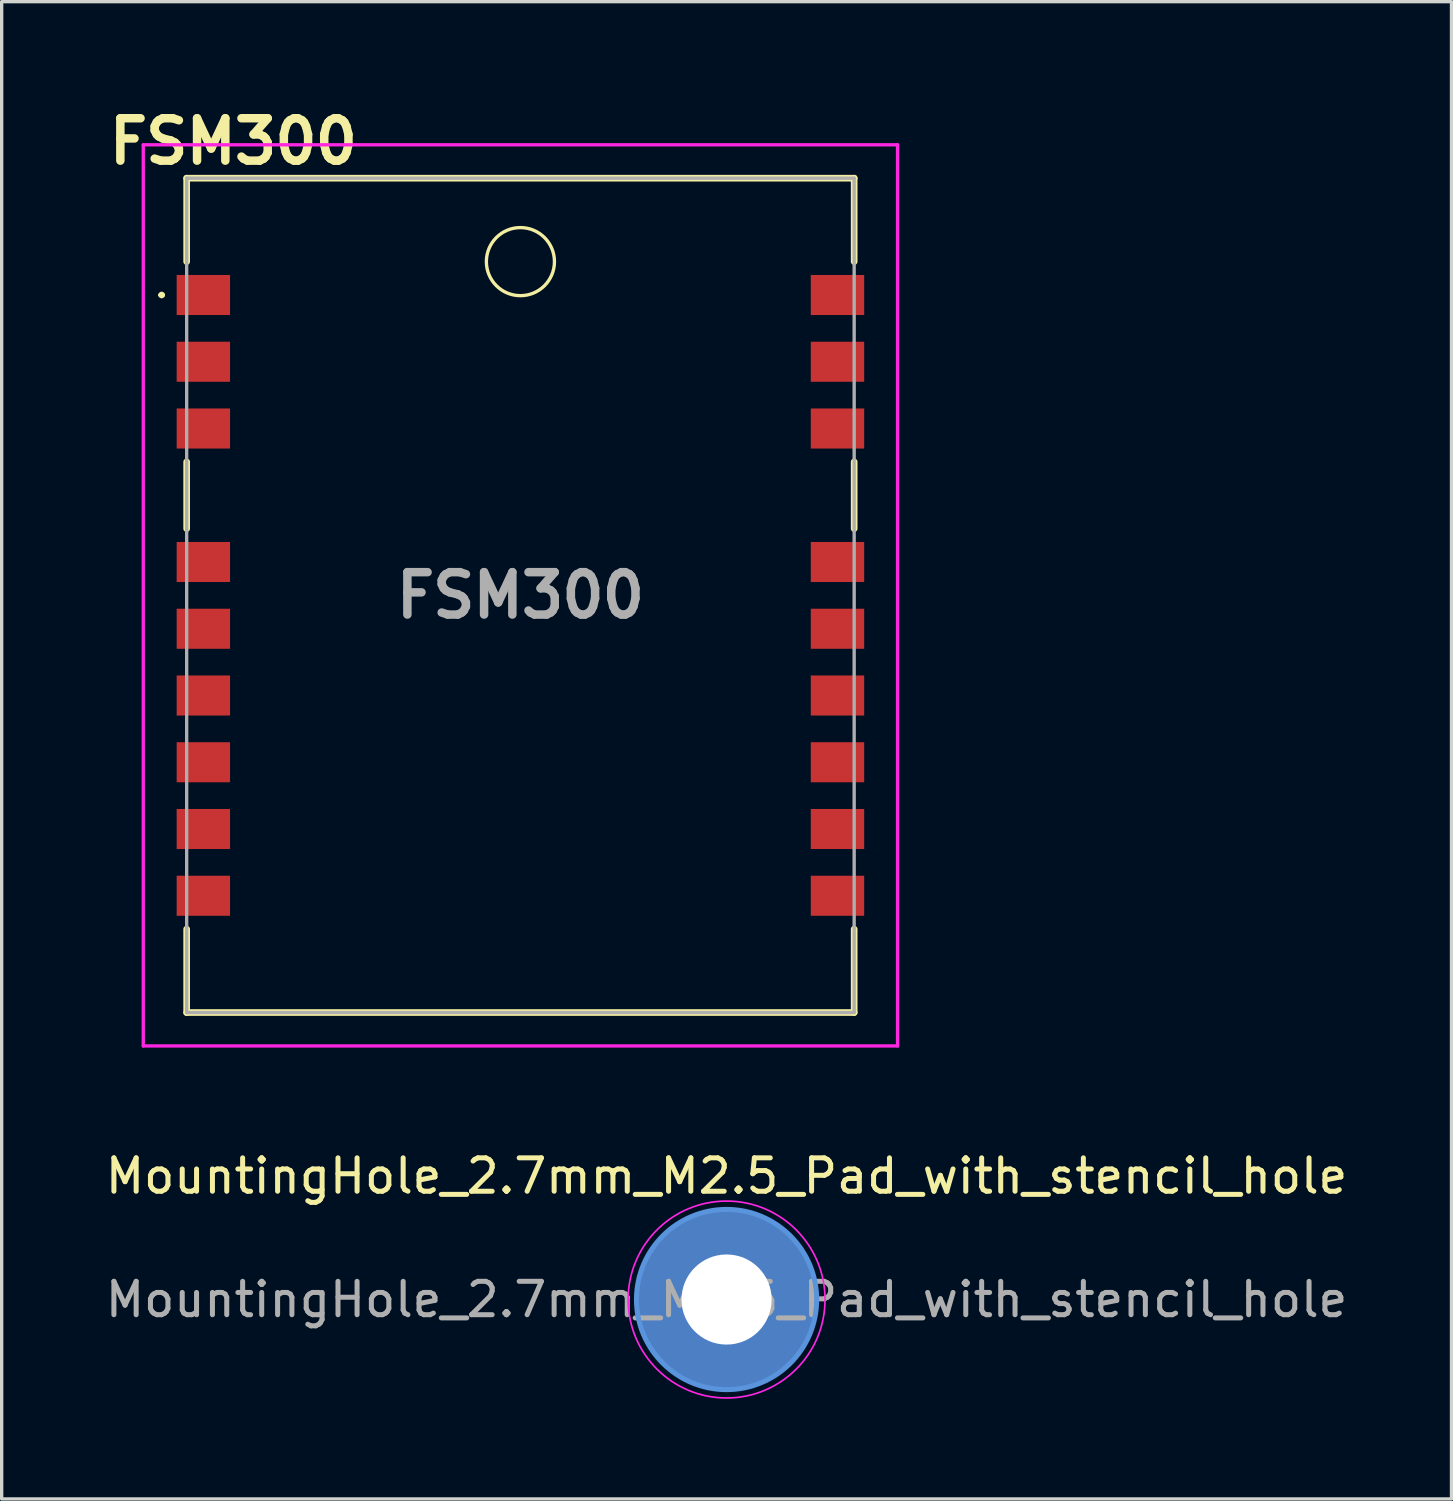
<source format=kicad_pcb>
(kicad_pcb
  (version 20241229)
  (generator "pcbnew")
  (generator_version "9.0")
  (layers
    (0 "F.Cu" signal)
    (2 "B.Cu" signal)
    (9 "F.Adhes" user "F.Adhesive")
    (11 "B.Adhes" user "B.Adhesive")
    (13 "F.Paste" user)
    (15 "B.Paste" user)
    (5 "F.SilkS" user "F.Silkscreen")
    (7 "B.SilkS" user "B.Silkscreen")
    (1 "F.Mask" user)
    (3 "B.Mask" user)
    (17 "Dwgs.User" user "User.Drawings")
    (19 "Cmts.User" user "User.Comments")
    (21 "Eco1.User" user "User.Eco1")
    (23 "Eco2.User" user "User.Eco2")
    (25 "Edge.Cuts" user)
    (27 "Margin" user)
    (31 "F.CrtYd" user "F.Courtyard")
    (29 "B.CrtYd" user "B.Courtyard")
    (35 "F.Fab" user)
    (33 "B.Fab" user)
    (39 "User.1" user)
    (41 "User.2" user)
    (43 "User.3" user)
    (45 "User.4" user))
  (footprint "FSM300"
    (layer "F.Cu")
    (at 12.543 14.789)
    (property "Reference" "FSM300" (at -8.6 -13.6 0) (layer "F.SilkS") (effects (font (size 1.27 1.27) (thickness 0.254))))
    (attr smd)
    (fp_line (start -10.8 -9) (end -10.8 -9) (stroke (width 0.1) (type solid)) (layer "F.SilkS"))
    (fp_line (start -10.7 -9) (end -10.7 -9) (stroke (width 0.1) (type solid)) (layer "F.SilkS"))
    (fp_line (start -10 -12.5) (end -10 -10) (stroke (width 0.2) (type solid)) (layer "F.SilkS"))
    (fp_line (start -10 -4) (end -10 -2) (stroke (width 0.2) (type solid)) (layer "F.SilkS"))
    (fp_line (start -10 12.5) (end -10 10) (stroke (width 0.2) (type solid)) (layer "F.SilkS"))
    (fp_line (start 10 -12.5) (end -10 -12.5) (stroke (width 0.2) (type solid)) (layer "F.SilkS"))
    (fp_line (start 10 -10) (end 10 -12.5) (stroke (width 0.2) (type solid)) (layer "F.SilkS"))
    (fp_line (start 10 -4) (end 10 -2) (stroke (width 0.2) (type solid)) (layer "F.SilkS"))
    (fp_line (start 10 10) (end 10 12.5) (stroke (width 0.2) (type solid)) (layer "F.SilkS"))
    (fp_line (start 10 12.5) (end -10 12.5) (stroke (width 0.2) (type solid)) (layer "F.SilkS"))
    (fp_arc (start -10.8 -9) (mid -10.75 -9.05) (end -10.7 -9) (stroke (width 0.1) (type solid)) (layer "F.SilkS"))
    (fp_arc (start -10.7 -9) (mid -10.75 -8.95) (end -10.8 -9) (stroke (width 0.1) (type solid)) (layer "F.SilkS"))
    (fp_circle (center 0 -10) (end 1 -10.2) (stroke (width 0.1) (type default)) (fill no) (layer "F.SilkS"))
    (fp_line (start -11.3 -13.5) (end 11.3 -13.5) (stroke (width 0.1) (type solid)) (layer "F.CrtYd"))
    (fp_line (start -11.3 13.5) (end -11.3 -13.5) (stroke (width 0.1) (type solid)) (layer "F.CrtYd"))
    (fp_line (start 11.3 -13.5) (end 11.3 13.5) (stroke (width 0.1) (type solid)) (layer "F.CrtYd"))
    (fp_line (start 11.3 13.5) (end -11.3 13.5) (stroke (width 0.1) (type solid)) (layer "F.CrtYd"))
    (fp_line (start -10 -12.5) (end 10 -12.5) (stroke (width 0.1) (type solid)) (layer "F.Fab"))
    (fp_line (start -10 12.5) (end -10 -12.5) (stroke (width 0.1) (type solid)) (layer "F.Fab"))
    (fp_line (start 10 -12.5) (end 10 12.5) (stroke (width 0.1) (type solid)) (layer "F.Fab"))
    (fp_line (start 10 12.5) (end -10 12.5) (stroke (width 0.1) (type solid)) (layer "F.Fab"))
    (fp_text user "${REFERENCE}" (at 0 0 0) (layer "F.Fab") (effects (font (size 1.27 1.27) (thickness 0.254))))
    (pad "1" smd rect (at -9.5 -9 90) (size 1.2 1.6) (layers "F.Cu" "F.Mask" "F.Paste"))
    (pad "2" smd rect (at -9.5 -7 90) (size 1.2 1.6) (layers "F.Cu" "F.Mask" "F.Paste"))
    (pad "3" smd rect (at -9.5 -5 90) (size 1.2 1.6) (layers "F.Cu" "F.Mask" "F.Paste"))
    (pad "4" smd rect (at -9.5 -1 90) (size 1.2 1.6) (layers "F.Cu" "F.Mask" "F.Paste"))
    (pad "5" smd rect (at -9.5 1 90) (size 1.2 1.6) (layers "F.Cu" "F.Mask" "F.Paste"))
    (pad "6" smd rect (at -9.5 3 90) (size 1.2 1.6) (layers "F.Cu" "F.Mask" "F.Paste"))
    (pad "7" smd rect (at -9.5 5 90) (size 1.2 1.6) (layers "F.Cu" "F.Mask" "F.Paste"))
    (pad "8" smd rect (at -9.5 7 90) (size 1.2 1.6) (layers "F.Cu" "F.Mask" "F.Paste"))
    (pad "9" smd rect (at -9.5 9 90) (size 1.2 1.6) (layers "F.Cu" "F.Mask" "F.Paste"))
    (pad "10" smd rect (at 9.5 9 90) (size 1.2 1.6) (layers "F.Cu" "F.Mask" "F.Paste"))
    (pad "11" smd rect (at 9.5 7 90) (size 1.2 1.6) (layers "F.Cu" "F.Mask" "F.Paste"))
    (pad "12" smd rect (at 9.5 5 90) (size 1.2 1.6) (layers "F.Cu" "F.Mask" "F.Paste"))
    (pad "13" smd rect (at 9.5 3 90) (size 1.2 1.6) (layers "F.Cu" "F.Mask" "F.Paste"))
    (pad "14" smd rect (at 9.5 1 90) (size 1.2 1.6) (layers "F.Cu" "F.Mask" "F.Paste"))
    (pad "15" smd rect (at 9.5 -1 90) (size 1.2 1.6) (layers "F.Cu" "F.Mask" "F.Paste"))
    (pad "16" smd rect (at 9.5 -5 90) (size 1.2 1.6) (layers "F.Cu" "F.Mask" "F.Paste"))
    (pad "17" smd rect (at 9.5 -7 90) (size 1.2 1.6) (layers "F.Cu" "F.Mask" "F.Paste"))
    (pad "18" smd rect (at 9.5 -9 90) (size 1.2 1.6) (layers "F.Cu" "F.Mask" "F.Paste")))
  (footprint "MountingHole_2.7mm_M2.5_Pad_with_stencil_hole"
    (layer "F.Cu")
    (at 18.72 35.887)
    (property "Reference" "MountingHole_2.7mm_M2.5_Pad_with_stencil_hole" (at 0 -3.7 0) (layer "F.SilkS") (effects (font (size 1 1) (thickness 0.15))))
    (attr exclude_from_pos_files exclude_from_bom)
    (fp_circle (center 0 0) (end 1.35 0) (stroke (width 0.1) (type solid)) (fill yes) (layer "F.Paste"))
    (fp_circle (center 0 0) (end 2.7 0) (stroke (width 0.15) (type solid)) (fill no) (layer "Cmts.User"))
    (fp_circle (center 0 0) (end 2.95 0) (stroke (width 0.05) (type solid)) (fill no) (layer "F.CrtYd"))
    (fp_text user "${REFERENCE}" (at 0 0 0) (layer "F.Fab") (effects (font (size 1 1) (thickness 0.15))))
    (pad "1" thru_hole circle (at 0 0) (size 5.4 5.4) (drill 2.7) (layers "*.Cu" "*.Mask")))
  (gr_rect
    (start -3 -3)
    (end 40.44 41.862)
    (stroke (width 0.1) (type default))
    (fill no)
    (layer "Edge.Cuts")))
</source>
